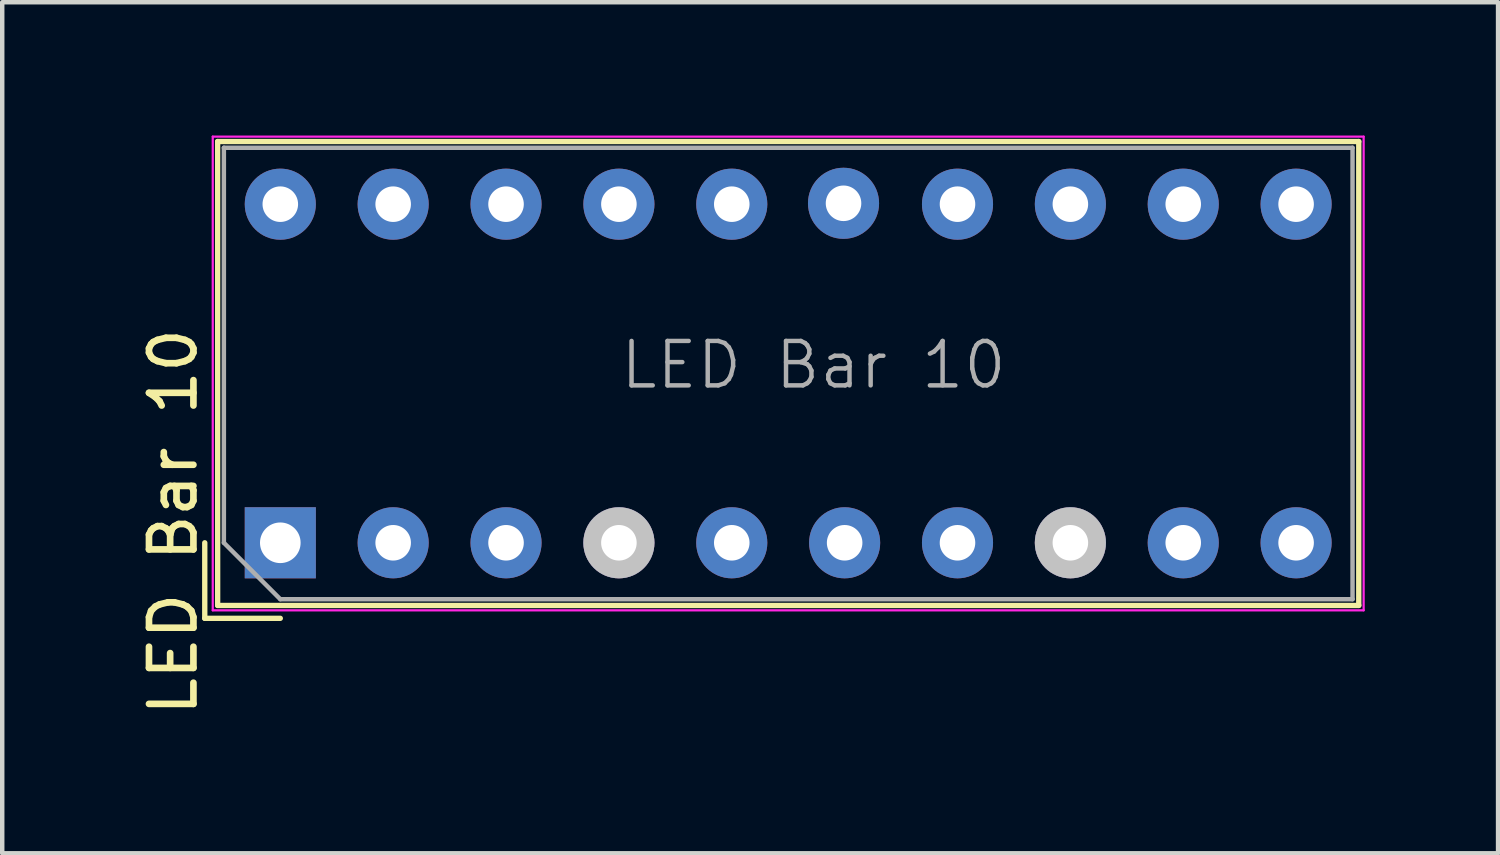
<source format=kicad_pcb>
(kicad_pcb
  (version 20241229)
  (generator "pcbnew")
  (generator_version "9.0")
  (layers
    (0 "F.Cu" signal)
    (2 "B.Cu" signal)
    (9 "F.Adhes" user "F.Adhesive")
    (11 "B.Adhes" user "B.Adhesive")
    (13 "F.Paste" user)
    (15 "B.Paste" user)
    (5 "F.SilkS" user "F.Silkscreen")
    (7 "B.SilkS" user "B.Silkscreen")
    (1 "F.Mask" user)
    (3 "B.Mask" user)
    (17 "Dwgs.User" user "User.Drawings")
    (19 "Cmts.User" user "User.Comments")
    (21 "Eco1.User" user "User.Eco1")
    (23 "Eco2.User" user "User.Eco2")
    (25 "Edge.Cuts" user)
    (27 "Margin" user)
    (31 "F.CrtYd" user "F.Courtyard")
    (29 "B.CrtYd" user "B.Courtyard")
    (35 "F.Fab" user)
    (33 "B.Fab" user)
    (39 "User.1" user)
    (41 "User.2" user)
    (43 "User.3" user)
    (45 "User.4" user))
  (footprint "LED Bar 10"
    (layer "F.Cu")
    (at 3.258 9.165)
    (property "Reference" "LED Bar 10" (at -2.41 -0.47 90) (layer "F.SilkS") (effects (font (size 1 1) (thickness 0.15))))
    (attr through_hole)
    (fp_line (start -1.7 0) (end -1.7 1.7) (stroke (width 0.12) (type solid)) (layer "F.SilkS"))
    (fp_line (start -1.7 1.7) (end 0 1.7) (stroke (width 0.12) (type solid)) (layer "F.SilkS"))
    (fp_line (start -1.41 -9.03) (end 24.27 -9.03) (stroke (width 0.12) (type solid)) (layer "F.SilkS"))
    (fp_line (start -1.41 1.41) (end -1.41 -9.03) (stroke (width 0.12) (type solid)) (layer "F.SilkS"))
    (fp_line (start 24.27 -9.03) (end 24.27 1.41) (stroke (width 0.12) (type solid)) (layer "F.SilkS"))
    (fp_line (start 24.27 1.41) (end -1.41 1.41) (stroke (width 0.12) (type solid)) (layer "F.SilkS"))
    (fp_line (start -1.52 1.52) (end -1.52 -9.14) (stroke (width 0.05) (type solid)) (layer "F.CrtYd"))
    (fp_line (start -1.52 1.52) (end 24.38 1.52) (stroke (width 0.05) (type solid)) (layer "F.CrtYd"))
    (fp_line (start 24.38 -9.14) (end -1.52 -9.14) (stroke (width 0.05) (type solid)) (layer "F.CrtYd"))
    (fp_line (start 24.38 1.52) (end 24.38 -9.14) (stroke (width 0.05) (type solid)) (layer "F.CrtYd"))
    (fp_line (start -1.27 -8.89) (end 24.13 -8.89) (stroke (width 0.1) (type solid)) (layer "F.Fab"))
    (fp_line (start -1.27 0) (end -1.27 -8.89) (stroke (width 0.1) (type solid)) (layer "F.Fab"))
    (fp_line (start -1.27 0) (end 0 1.27) (stroke (width 0.1) (type solid)) (layer "F.Fab"))
    (fp_line (start 0 1.27) (end 24.13 1.27) (stroke (width 0.1) (type solid)) (layer "F.Fab"))
    (fp_line (start 24.13 1.27) (end 24.13 -8.89) (stroke (width 0.1) (type solid)) (layer "F.Fab"))
    (fp_text user "${REFERENCE}" (at 12 -4 180) (layer "F.Fab") (effects (font (size 1 1) (thickness 0.1))))
    (pad "1" thru_hole rect (at 0 0 90) (size 1.6 1.6) (drill 0.914) (layers "*.Cu" "*.Mask"))
    (pad "2" thru_hole oval (at 2.54 0) (size 1.6 1.6) (drill 0.8) (layers "*.Cu" "*.Mask"))
    (pad "3" thru_hole oval (at 5.08 0) (size 1.6 1.6) (drill 0.8) (layers "*.Cu" "*.Mask"))
    (pad "4" thru_hole oval (at 7.62 0) (size 1.6 1.6) (drill 0.8) (layers "*.Cu" "*.Mask" "Dwgs.User"))
    (pad "5" thru_hole oval (at 10.16 0) (size 1.6 1.6) (drill 0.8) (layers "*.Cu" "*.Mask"))
    (pad "6" thru_hole oval (at 12.7 0) (size 1.6 1.6) (drill 0.8) (layers "*.Cu" "*.Mask"))
    (pad "7" thru_hole oval (at 15.24 0) (size 1.6 1.6) (drill 0.8) (layers "*.Cu" "*.Mask"))
    (pad "8" thru_hole oval (at 17.78 0) (size 1.6 1.6) (drill 0.8) (layers "*.Cu" "*.Mask" "Dwgs.User"))
    (pad "9" thru_hole oval (at 20.32 0) (size 1.6 1.6) (drill 0.8) (layers "*.Cu" "*.Mask"))
    (pad "10" thru_hole oval (at 22.86 0) (size 1.6 1.6) (drill 0.8) (layers "*.Cu" "*.Mask"))
    (pad "11" thru_hole oval (at 22.86 -7.62) (size 1.6 1.6) (drill 0.8) (layers "*.Cu" "*.Mask"))
    (pad "12" thru_hole oval (at 20.32 -7.62) (size 1.6 1.6) (drill 0.8) (layers "*.Cu" "*.Mask"))
    (pad "13" thru_hole oval (at 17.78 -7.62) (size 1.6 1.6) (drill 0.8) (layers "*.Cu" "*.Mask"))
    (pad "14" thru_hole oval (at 15.24 -7.62) (size 1.6 1.6) (drill 0.8) (layers "*.Cu" "*.Mask"))
    (pad "15" thru_hole oval (at 12.675 -7.64) (size 1.6 1.6) (drill 0.8) (layers "*.Cu" "*.Mask"))
    (pad "16" thru_hole oval (at 10.16 -7.62) (size 1.6 1.6) (drill 0.8) (layers "*.Cu" "*.Mask"))
    (pad "17" thru_hole oval (at 7.62 -7.62) (size 1.6 1.6) (drill 0.8) (layers "*.Cu" "*.Mask"))
    (pad "18" thru_hole circle (at 5.08 -7.62) (size 1.6 1.6) (drill 0.8) (layers "*.Cu" "*.Mask"))
    (pad "19" thru_hole circle (at 2.54 -7.62) (size 1.6 1.6) (drill 0.8) (layers "*.Cu" "*.Mask"))
    (pad "20" thru_hole circle (at 0 -7.62) (size 1.6 1.6) (drill 0.8) (layers "*.Cu" "*.Mask")))
  (gr_rect
    (start -3 -3)
    (end 30.663 16.153)
    (stroke (width 0.1) (type default))
    (fill no)
    (layer "Edge.Cuts")))
</source>
